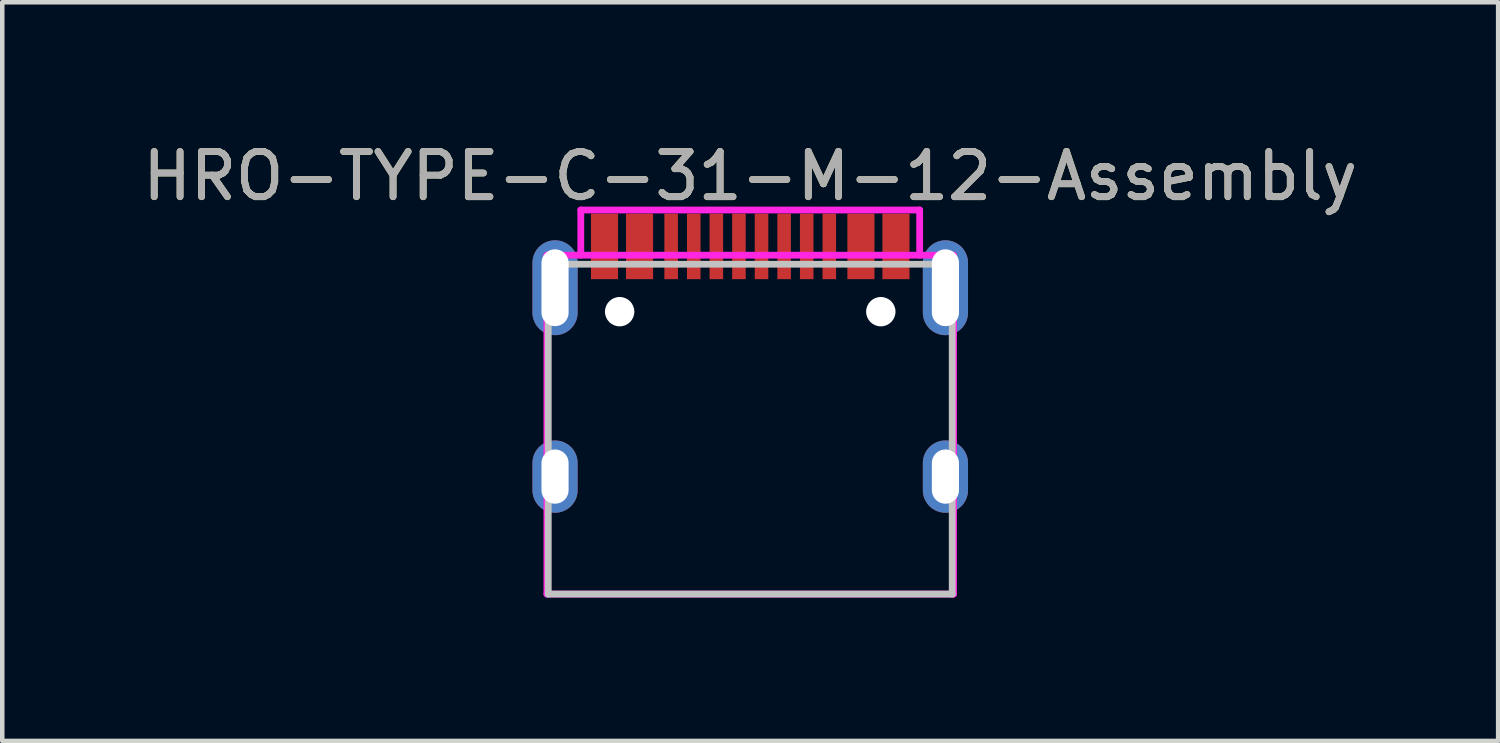
<source format=kicad_pcb>
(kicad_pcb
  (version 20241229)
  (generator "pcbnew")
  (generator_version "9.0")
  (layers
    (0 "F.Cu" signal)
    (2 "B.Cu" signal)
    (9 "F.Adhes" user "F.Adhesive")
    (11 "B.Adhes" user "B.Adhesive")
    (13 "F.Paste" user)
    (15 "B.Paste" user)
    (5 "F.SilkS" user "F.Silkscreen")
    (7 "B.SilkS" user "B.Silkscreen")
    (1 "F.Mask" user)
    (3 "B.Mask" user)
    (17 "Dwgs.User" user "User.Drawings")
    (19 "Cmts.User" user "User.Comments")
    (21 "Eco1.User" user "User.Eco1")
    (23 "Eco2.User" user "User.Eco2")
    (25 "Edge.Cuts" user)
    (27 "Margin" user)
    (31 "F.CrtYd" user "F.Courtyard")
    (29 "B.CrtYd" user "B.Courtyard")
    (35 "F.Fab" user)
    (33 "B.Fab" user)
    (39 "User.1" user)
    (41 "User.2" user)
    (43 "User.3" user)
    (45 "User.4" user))
  (footprint "HRO-TYPE-C-31-M-12-Assembly"
    (layer "F.Cu")
    (at 13.554 10.098)
    (property "Reference" "HRO-TYPE-C-31-M-12-Assembly" (at 0 -9.25 0) (layer "F.SilkS") (effects (font (size 1 1) (thickness 0.15))))
    (attr smd)
    (fp_line (start -4.47 -7.3) (end 4.47 -7.3) (stroke (width 0.15) (type solid)) (layer "Dwgs.User"))
    (fp_line (start -4.47 0) (end -4.47 -7.3) (stroke (width 0.15) (type solid)) (layer "Dwgs.User"))
    (fp_line (start -4.47 0) (end 4.47 0) (stroke (width 0.15) (type solid)) (layer "Dwgs.User"))
    (fp_line (start 4.47 0) (end 4.47 -7.3) (stroke (width 0.15) (type solid)) (layer "Dwgs.User"))
    (fp_line (start -4.5 -7.5) (end 4.5 -7.5) (stroke (width 0.15) (type solid)) (layer "F.CrtYd"))
    (fp_line (start -4.5 0) (end -4.5 -7.5) (stroke (width 0.15) (type solid)) (layer "F.CrtYd"))
    (fp_line (start -3.75 -8.5) (end 3.75 -8.5) (stroke (width 0.15) (type solid)) (layer "F.CrtYd"))
    (fp_line (start -3.75 -7.5) (end -3.75 -8.5) (stroke (width 0.15) (type solid)) (layer "F.CrtYd"))
    (fp_line (start 3.75 -8.5) (end 3.75 -7.5) (stroke (width 0.15) (type solid)) (layer "F.CrtYd"))
    (fp_line (start 4.5 -7.5) (end 4.5 0) (stroke (width 0.15) (type solid)) (layer "F.CrtYd"))
    (fp_line (start 4.5 0) (end -4.5 0) (stroke (width 0.15) (type solid)) (layer "F.CrtYd"))
    (fp_text user "${REFERENCE}" (at 0 -9.25 0) (layer "F.Fab") (effects (font (size 1 1) (thickness 0.15))))
    (pad "" np_thru_hole circle (at -2.89 -6.25) (size 0.65 0.65) (drill 0.65) (layers "*.Cu" "*.Mask"))
    (pad "" np_thru_hole circle (at 2.89 -6.25) (size 0.65 0.65) (drill 0.65) (layers "*.Cu" "*.Mask"))
    (pad "1" smd rect (at -3.225 -7.695) (size 0.6 1.45) (layers "F.Cu" "F.Mask" "F.Paste"))
    (pad "2" smd rect (at -2.45 -7.695) (size 0.6 1.45) (layers "F.Cu" "F.Mask" "F.Paste"))
    (pad "3" smd rect (at -1.75 -7.695) (size 0.3 1.45) (layers "F.Cu" "F.Mask" "F.Paste"))
    (pad "4" smd rect (at -1.25 -7.695) (size 0.3 1.45) (layers "F.Cu" "F.Mask" "F.Paste"))
    (pad "5" smd rect (at -0.75 -7.695) (size 0.3 1.45) (layers "F.Cu" "F.Mask" "F.Paste"))
    (pad "6" smd rect (at -0.25 -7.695) (size 0.3 1.45) (layers "F.Cu" "F.Mask" "F.Paste"))
    (pad "7" smd rect (at 0.25 -7.695) (size 0.3 1.45) (layers "F.Cu" "F.Mask" "F.Paste"))
    (pad "8" smd rect (at 0.75 -7.695) (size 0.3 1.45) (layers "F.Cu" "F.Mask" "F.Paste"))
    (pad "9" smd rect (at 1.25 -7.695) (size 0.3 1.45) (layers "F.Cu" "F.Mask" "F.Paste"))
    (pad "10" smd rect (at 1.75 -7.695) (size 0.3 1.45) (layers "F.Cu" "F.Mask" "F.Paste"))
    (pad "11" smd rect (at 2.45 -7.695) (size 0.6 1.45) (layers "F.Cu" "F.Mask" "F.Paste"))
    (pad "12" smd rect (at 3.225 -7.695) (size 0.6 1.45) (layers "F.Cu" "F.Mask" "F.Paste"))
    (pad "13" thru_hole oval (at -4.32 -6.78) (size 1 2.1) (drill oval 0.6 1.7) (layers "*.Cu" "*.Mask"))
    (pad "13" thru_hole oval (at -4.32 -2.6) (size 1 1.6) (drill oval 0.6 1.2) (layers "*.Cu" "*.Mask"))
    (pad "13" thru_hole oval (at 4.32 -6.78) (size 1 2.1) (drill oval 0.6 1.7) (layers "*.Cu" "*.Mask"))
    (pad "13" thru_hole oval (at 4.32 -2.6) (size 1 1.6) (drill oval 0.6 1.2) (layers "*.Cu" "*.Mask")))
  (gr_rect
    (start -3 -3)
    (end 30.107 13.348)
    (stroke (width 0.1) (type default))
    (fill no)
    (layer "Edge.Cuts")))
</source>
